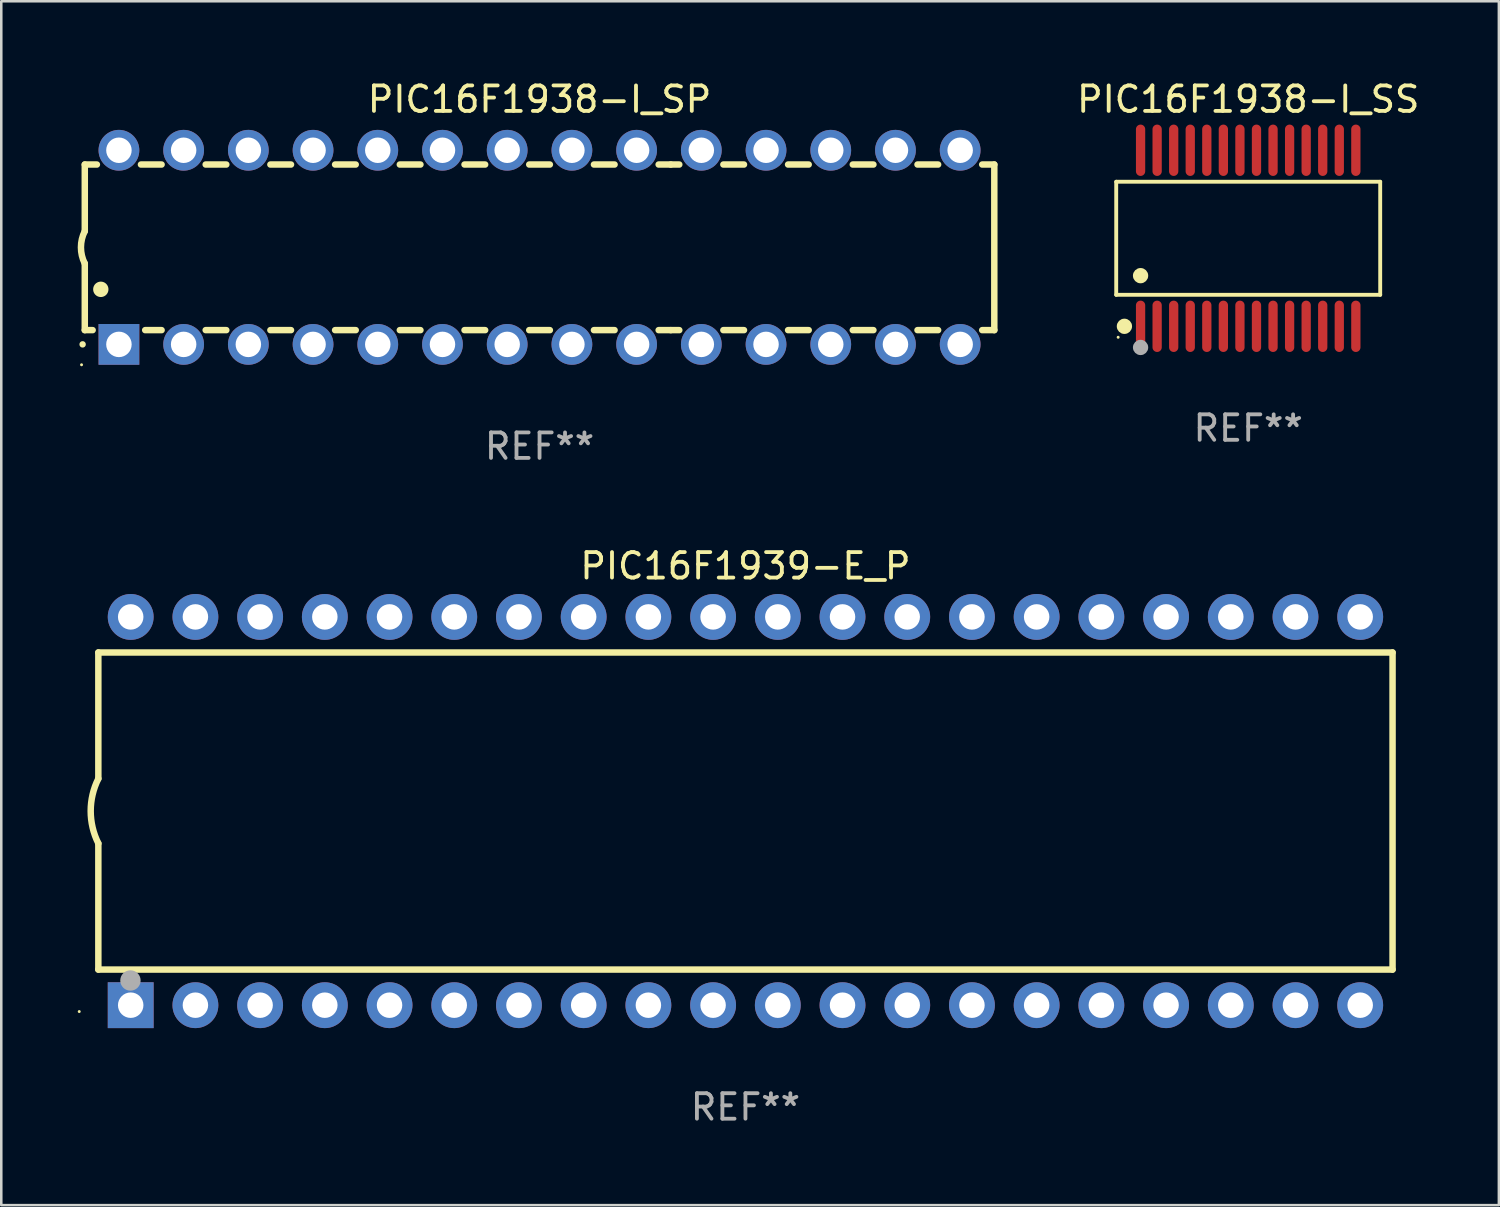
<source format=kicad_pcb>
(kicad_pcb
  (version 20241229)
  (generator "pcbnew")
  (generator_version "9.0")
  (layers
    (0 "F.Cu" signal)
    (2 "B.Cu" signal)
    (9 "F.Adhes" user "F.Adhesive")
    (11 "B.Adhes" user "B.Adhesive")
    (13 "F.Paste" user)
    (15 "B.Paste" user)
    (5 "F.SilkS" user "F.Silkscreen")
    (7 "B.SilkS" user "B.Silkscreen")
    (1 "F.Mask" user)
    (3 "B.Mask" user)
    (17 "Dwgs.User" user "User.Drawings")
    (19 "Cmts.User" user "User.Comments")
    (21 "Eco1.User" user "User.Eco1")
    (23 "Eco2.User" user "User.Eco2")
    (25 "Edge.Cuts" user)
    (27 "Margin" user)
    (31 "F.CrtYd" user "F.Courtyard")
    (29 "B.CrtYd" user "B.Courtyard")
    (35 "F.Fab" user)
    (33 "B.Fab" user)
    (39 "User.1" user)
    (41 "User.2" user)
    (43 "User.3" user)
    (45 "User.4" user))
  (footprint "PIC16F1938-I_SS"
    (layer "F.Cu")
    (at 45.944 6.303)
    (property "Reference" "PIC16F1938-I_SS" (at 0 -5.455 0) (layer "F.SilkS") (effects (font (size 1 1) (thickness 0.15))))
    (attr through_hole)
    (fp_line (start -5.181 -2.219) (end 5.181 -2.219) (stroke (width 0.152) (type solid)) (layer "F.SilkS"))
    (fp_line (start -5.181 2.219) (end -5.181 -2.219) (stroke (width 0.152) (type solid)) (layer "F.SilkS"))
    (fp_line (start 5.181 -2.219) (end 5.181 2.219) (stroke (width 0.152) (type solid)) (layer "F.SilkS"))
    (fp_line (start 5.181 2.219) (end -5.181 2.219) (stroke (width 0.152) (type solid)) (layer "F.SilkS"))
    (fp_circle (center -5.105 3.885) (end -5.075 3.885) (stroke (width 0.06) (type solid)) (fill no) (layer "F.SilkS"))
    (fp_circle (center -4.859 3.455) (end -4.709 3.455) (stroke (width 0.3) (type solid)) (fill no) (layer "F.SilkS"))
    (fp_circle (center -4.225 1.467) (end -4.075 1.467) (stroke (width 0.3) (type solid)) (fill no) (layer "F.SilkS"))
    (fp_circle (center -4.225 4.285) (end -4.075 4.285) (stroke (width 0.3) (type solid)) (fill no) (layer "F.Fab"))
    (fp_text user "REF**" (at 0 7.455 0) (layer "F.Fab") (effects (font (size 1 1) (thickness 0.15))))
    (pad "1" smd oval (at -4.225 3.455) (size 0.364 2.015) (layers "F.Cu" "F.Mask" "F.Paste"))
    (pad "2" smd oval (at -3.575 3.455) (size 0.364 2.015) (layers "F.Cu" "F.Mask" "F.Paste"))
    (pad "3" smd oval (at -2.925 3.455) (size 0.364 2.015) (layers "F.Cu" "F.Mask" "F.Paste"))
    (pad "4" smd oval (at -2.275 3.455) (size 0.364 2.015) (layers "F.Cu" "F.Mask" "F.Paste"))
    (pad "5" smd oval (at -1.625 3.455) (size 0.364 2.015) (layers "F.Cu" "F.Mask" "F.Paste"))
    (pad "6" smd oval (at -0.975 3.455) (size 0.364 2.015) (layers "F.Cu" "F.Mask" "F.Paste"))
    (pad "7" smd oval (at -0.325 3.455) (size 0.364 2.015) (layers "F.Cu" "F.Mask" "F.Paste"))
    (pad "8" smd oval (at 0.325 3.455) (size 0.364 2.015) (layers "F.Cu" "F.Mask" "F.Paste"))
    (pad "9" smd oval (at 0.975 3.455) (size 0.364 2.015) (layers "F.Cu" "F.Mask" "F.Paste"))
    (pad "10" smd oval (at 1.625 3.455) (size 0.364 2.015) (layers "F.Cu" "F.Mask" "F.Paste"))
    (pad "11" smd oval (at 2.275 3.455) (size 0.364 2.015) (layers "F.Cu" "F.Mask" "F.Paste"))
    (pad "12" smd oval (at 2.925 3.455) (size 0.364 2.015) (layers "F.Cu" "F.Mask" "F.Paste"))
    (pad "13" smd oval (at 3.575 3.455) (size 0.364 2.015) (layers "F.Cu" "F.Mask" "F.Paste"))
    (pad "14" smd oval (at 4.225 3.455) (size 0.364 2.015) (layers "F.Cu" "F.Mask" "F.Paste"))
    (pad "15" smd oval (at 4.225 -3.455) (size 0.364 2.015) (layers "F.Cu" "F.Mask" "F.Paste"))
    (pad "16" smd oval (at 3.575 -3.455) (size 0.364 2.015) (layers "F.Cu" "F.Mask" "F.Paste"))
    (pad "17" smd oval (at 2.925 -3.455) (size 0.364 2.015) (layers "F.Cu" "F.Mask" "F.Paste"))
    (pad "18" smd oval (at 2.275 -3.455) (size 0.364 2.015) (layers "F.Cu" "F.Mask" "F.Paste"))
    (pad "19" smd oval (at 1.625 -3.455) (size 0.364 2.015) (layers "F.Cu" "F.Mask" "F.Paste"))
    (pad "20" smd oval (at 0.975 -3.455) (size 0.364 2.015) (layers "F.Cu" "F.Mask" "F.Paste"))
    (pad "21" smd oval (at 0.325 -3.455) (size 0.364 2.015) (layers "F.Cu" "F.Mask" "F.Paste"))
    (pad "22" smd oval (at -0.325 -3.455) (size 0.364 2.015) (layers "F.Cu" "F.Mask" "F.Paste"))
    (pad "23" smd oval (at -0.975 -3.455) (size 0.364 2.015) (layers "F.Cu" "F.Mask" "F.Paste"))
    (pad "24" smd oval (at -1.625 -3.455) (size 0.364 2.015) (layers "F.Cu" "F.Mask" "F.Paste"))
    (pad "25" smd oval (at -2.275 -3.455) (size 0.364 2.015) (layers "F.Cu" "F.Mask" "F.Paste"))
    (pad "26" smd oval (at -2.925 -3.455) (size 0.364 2.015) (layers "F.Cu" "F.Mask" "F.Paste"))
    (pad "27" smd oval (at -3.575 -3.455) (size 0.364 2.015) (layers "F.Cu" "F.Mask" "F.Paste"))
    (pad "28" smd oval (at -4.225 -3.455) (size 0.364 2.015) (layers "F.Cu" "F.Mask" "F.Paste")))
  (footprint "PIC16F1939-E_P"
    (layer "F.Cu")
    (at 26.21 28.785)
    (property "Reference" "PIC16F1939-E_P" (at 0 -9.62 0) (layer "F.SilkS") (effects (font (size 1 1) (thickness 0.15))))
    (attr through_hole)
    (fp_line (start -25.4 -6.224) (end -25.4 -1.271) (stroke (width 0.254) (type solid)) (layer "F.SilkS"))
    (fp_line (start -25.4 -6.224) (end 25.4 -6.224) (stroke (width 0.254) (type solid)) (layer "F.SilkS"))
    (fp_line (start -25.4 1.269) (end -25.4 6.222) (stroke (width 0.254) (type solid)) (layer "F.SilkS"))
    (fp_line (start -25.4 6.222) (end 25.4 6.222) (stroke (width 0.254) (type solid)) (layer "F.SilkS"))
    (fp_line (start 25.4 6.222) (end 25.4 -6.224) (stroke (width 0.254) (type solid)) (layer "F.SilkS"))
    (fp_arc (start -25.4 1.269241) (mid -25.699807 -0.000762) (end -25.4 -1.270765) (stroke (width 0.254001) (type solid)) (layer "F.SilkS"))
    (fp_circle (center -26.15 7.87) (end -26.12 7.87) (stroke (width 0.06) (type solid)) (fill no) (layer "F.SilkS"))
    (fp_circle (center -24.14 6.65) (end -23.94 6.65) (stroke (width 0.4) (type solid)) (fill no) (layer "F.Fab"))
    (fp_text user "REF**" (at 0 11.62 0) (layer "F.Fab") (effects (font (size 1 1) (thickness 0.15))))
    (pad "1" thru_hole rect (at -24.13 7.62 90) (size 1.8 1.8) (drill 1) (layers "*.Cu" "*.Mask"))
    (pad "2" thru_hole circle (at -21.59 7.62) (size 1.8 1.8) (drill 1) (layers "*.Cu" "*.Mask"))
    (pad "3" thru_hole circle (at -19.05 7.62) (size 1.8 1.8) (drill 1) (layers "*.Cu" "*.Mask"))
    (pad "4" thru_hole circle (at -16.51 7.62) (size 1.8 1.8) (drill 1) (layers "*.Cu" "*.Mask"))
    (pad "5" thru_hole circle (at -13.97 7.62) (size 1.8 1.8) (drill 1) (layers "*.Cu" "*.Mask"))
    (pad "6" thru_hole circle (at -11.43 7.62) (size 1.8 1.8) (drill 1) (layers "*.Cu" "*.Mask"))
    (pad "7" thru_hole circle (at -8.89 7.62) (size 1.8 1.8) (drill 1) (layers "*.Cu" "*.Mask"))
    (pad "8" thru_hole circle (at -6.35 7.62) (size 1.8 1.8) (drill 1) (layers "*.Cu" "*.Mask"))
    (pad "9" thru_hole circle (at -3.81 7.62) (size 1.8 1.8) (drill 1) (layers "*.Cu" "*.Mask"))
    (pad "10" thru_hole circle (at -1.27 7.62) (size 1.8 1.8) (drill 1) (layers "*.Cu" "*.Mask"))
    (pad "11" thru_hole circle (at 1.27 7.62) (size 1.8 1.8) (drill 1) (layers "*.Cu" "*.Mask"))
    (pad "12" thru_hole circle (at 3.81 7.62) (size 1.8 1.8) (drill 1) (layers "*.Cu" "*.Mask"))
    (pad "13" thru_hole circle (at 6.35 7.62) (size 1.8 1.8) (drill 1) (layers "*.Cu" "*.Mask"))
    (pad "14" thru_hole circle (at 8.89 7.62) (size 1.8 1.8) (drill 1) (layers "*.Cu" "*.Mask"))
    (pad "15" thru_hole circle (at 11.43 7.62) (size 1.8 1.8) (drill 1) (layers "*.Cu" "*.Mask"))
    (pad "16" thru_hole circle (at 13.97 7.62) (size 1.8 1.8) (drill 1) (layers "*.Cu" "*.Mask"))
    (pad "17" thru_hole circle (at 16.51 7.62) (size 1.8 1.8) (drill 1) (layers "*.Cu" "*.Mask"))
    (pad "18" thru_hole circle (at 19.05 7.62) (size 1.8 1.8) (drill 1) (layers "*.Cu" "*.Mask"))
    (pad "19" thru_hole circle (at 21.59 7.62) (size 1.8 1.8) (drill 1) (layers "*.Cu" "*.Mask"))
    (pad "20" thru_hole circle (at 24.13 7.62) (size 1.8 1.8) (drill 1) (layers "*.Cu" "*.Mask"))
    (pad "21" thru_hole circle (at 24.13 -7.62) (size 1.8 1.8) (drill 1) (layers "*.Cu" "*.Mask"))
    (pad "22" thru_hole circle (at 21.59 -7.62) (size 1.8 1.8) (drill 1) (layers "*.Cu" "*.Mask"))
    (pad "23" thru_hole circle (at 19.05 -7.62) (size 1.8 1.8) (drill 1) (layers "*.Cu" "*.Mask"))
    (pad "24" thru_hole circle (at 16.51 -7.62) (size 1.8 1.8) (drill 1) (layers "*.Cu" "*.Mask"))
    (pad "25" thru_hole circle (at 13.97 -7.62) (size 1.8 1.8) (drill 1) (layers "*.Cu" "*.Mask"))
    (pad "26" thru_hole circle (at 11.43 -7.62) (size 1.8 1.8) (drill 1) (layers "*.Cu" "*.Mask"))
    (pad "27" thru_hole circle (at 8.89 -7.62) (size 1.8 1.8) (drill 1) (layers "*.Cu" "*.Mask"))
    (pad "28" thru_hole circle (at 6.35 -7.62) (size 1.8 1.8) (drill 1) (layers "*.Cu" "*.Mask"))
    (pad "29" thru_hole circle (at 3.81 -7.62) (size 1.8 1.8) (drill 1) (layers "*.Cu" "*.Mask"))
    (pad "30" thru_hole circle (at 1.27 -7.62) (size 1.8 1.8) (drill 1) (layers "*.Cu" "*.Mask"))
    (pad "31" thru_hole circle (at -1.27 -7.62) (size 1.8 1.8) (drill 1) (layers "*.Cu" "*.Mask"))
    (pad "32" thru_hole circle (at -3.81 -7.62) (size 1.8 1.8) (drill 1) (layers "*.Cu" "*.Mask"))
    (pad "33" thru_hole circle (at -6.35 -7.62) (size 1.8 1.8) (drill 1) (layers "*.Cu" "*.Mask"))
    (pad "34" thru_hole circle (at -8.89 -7.62) (size 1.8 1.8) (drill 1) (layers "*.Cu" "*.Mask"))
    (pad "35" thru_hole circle (at -11.43 -7.62) (size 1.8 1.8) (drill 1) (layers "*.Cu" "*.Mask"))
    (pad "36" thru_hole circle (at -13.97 -7.62) (size 1.8 1.8) (drill 1) (layers "*.Cu" "*.Mask"))
    (pad "37" thru_hole circle (at -16.51 -7.62) (size 1.8 1.8) (drill 1) (layers "*.Cu" "*.Mask"))
    (pad "38" thru_hole circle (at -19.05 -7.62) (size 1.8 1.8) (drill 1) (layers "*.Cu" "*.Mask"))
    (pad "39" thru_hole circle (at -21.59 -7.62) (size 1.8 1.8) (drill 1) (layers "*.Cu" "*.Mask"))
    (pad "40" thru_hole circle (at -24.13 -7.62) (size 1.8 1.8) (drill 1) (layers "*.Cu" "*.Mask")))
  (footprint "PIC16F1938-I_SP"
    (layer "F.Cu")
    (at 18.128 6.658)
    (property "Reference" "PIC16F1938-I_SP" (at 0 -5.81 0) (layer "F.SilkS") (effects (font (size 1 1) (thickness 0.15))))
    (attr through_hole)
    (fp_line (start -17.85 -3.25) (end -17.85 -0.635) (stroke (width 0.254) (type solid)) (layer "F.SilkS"))
    (fp_line (start -17.85 3.25) (end -17.85 0.635) (stroke (width 0.254) (type solid)) (layer "F.SilkS"))
    (fp_line (start -17.85 3.25) (end -17.541 3.25) (stroke (width 0.254) (type solid)) (layer "F.SilkS"))
    (fp_line (start -17.375 -3.25) (end -17.85 -3.25) (stroke (width 0.254) (type solid)) (layer "F.SilkS"))
    (fp_line (start -15.479 3.25) (end -14.835 3.25) (stroke (width 0.254) (type solid)) (layer "F.SilkS"))
    (fp_line (start -14.835 -3.25) (end -15.645 -3.25) (stroke (width 0.254) (type solid)) (layer "F.SilkS"))
    (fp_line (start -13.105 3.25) (end -12.295 3.25) (stroke (width 0.254) (type solid)) (layer "F.SilkS"))
    (fp_line (start -12.295 -3.25) (end -13.105 -3.25) (stroke (width 0.254) (type solid)) (layer "F.SilkS"))
    (fp_line (start -10.565 3.25) (end -9.755 3.25) (stroke (width 0.254) (type solid)) (layer "F.SilkS"))
    (fp_line (start -9.755 -3.25) (end -10.565 -3.25) (stroke (width 0.254) (type solid)) (layer "F.SilkS"))
    (fp_line (start -8.025 3.25) (end -7.215 3.25) (stroke (width 0.254) (type solid)) (layer "F.SilkS"))
    (fp_line (start -7.215 -3.25) (end -8.025 -3.25) (stroke (width 0.254) (type solid)) (layer "F.SilkS"))
    (fp_line (start -5.485 3.25) (end -4.675 3.25) (stroke (width 0.254) (type solid)) (layer "F.SilkS"))
    (fp_line (start -4.675 -3.25) (end -5.485 -3.25) (stroke (width 0.254) (type solid)) (layer "F.SilkS"))
    (fp_line (start -2.945 3.25) (end -2.135 3.25) (stroke (width 0.254) (type solid)) (layer "F.SilkS"))
    (fp_line (start -2.135 -3.25) (end -2.945 -3.25) (stroke (width 0.254) (type solid)) (layer "F.SilkS"))
    (fp_line (start -0.405 3.25) (end 0.405 3.25) (stroke (width 0.254) (type solid)) (layer "F.SilkS"))
    (fp_line (start 0.405 -3.25) (end -0.405 -3.25) (stroke (width 0.254) (type solid)) (layer "F.SilkS"))
    (fp_line (start 2.135 3.25) (end 2.945 3.25) (stroke (width 0.254) (type solid)) (layer "F.SilkS"))
    (fp_line (start 2.945 -3.25) (end 2.135 -3.25) (stroke (width 0.254) (type solid)) (layer "F.SilkS"))
    (fp_line (start 4.675 3.25) (end 5.15 3.25) (stroke (width 0.254) (type solid)) (layer "F.SilkS"))
    (fp_line (start 5.15 -3.25) (end 4.675 -3.25) (stroke (width 0.254) (type solid)) (layer "F.SilkS"))
    (fp_line (start 5.15 -3.25) (end 5.485 -3.25) (stroke (width 0.254) (type solid)) (layer "F.SilkS"))
    (fp_line (start 5.15 3.25) (end 5.485 3.25) (stroke (width 0.254) (type solid)) (layer "F.SilkS"))
    (fp_line (start 7.215 -3.25) (end 8.025 -3.25) (stroke (width 0.254) (type solid)) (layer "F.SilkS"))
    (fp_line (start 7.215 3.25) (end 8.025 3.25) (stroke (width 0.254) (type solid)) (layer "F.SilkS"))
    (fp_line (start 9.755 -3.25) (end 10.565 -3.25) (stroke (width 0.254) (type solid)) (layer "F.SilkS"))
    (fp_line (start 9.755 3.25) (end 10.565 3.25) (stroke (width 0.254) (type solid)) (layer "F.SilkS"))
    (fp_line (start 12.295 -3.25) (end 13.105 -3.25) (stroke (width 0.254) (type solid)) (layer "F.SilkS"))
    (fp_line (start 12.295 3.25) (end 13.105 3.25) (stroke (width 0.254) (type solid)) (layer "F.SilkS"))
    (fp_line (start 14.835 -3.25) (end 15.645 -3.25) (stroke (width 0.254) (type solid)) (layer "F.SilkS"))
    (fp_line (start 14.835 3.25) (end 15.645 3.25) (stroke (width 0.254) (type solid)) (layer "F.SilkS"))
    (fp_line (start 17.375 -3.25) (end 17.85 -3.25) (stroke (width 0.254) (type solid)) (layer "F.SilkS"))
    (fp_line (start 17.375 3.25) (end 17.85 3.25) (stroke (width 0.254) (type solid)) (layer "F.SilkS"))
    (fp_line (start 17.85 -3.25) (end 17.85 3.25) (stroke (width 0.254) (type solid)) (layer "F.SilkS"))
    (fp_arc (start -17.934976 3.810008) (mid -17.934983 3.808738) (end -17.934976 3.807468) (stroke (width 0.25) (type solid)) (layer "F.SilkS"))
    (fp_arc (start -17.851155 0.635002) (mid -18.000677 -0.000132) (end -17.850038 -0.635001) (stroke (width 0.254001) (type solid)) (layer "F.SilkS"))
    (fp_arc (start -17.221234 1.651003) (mid -17.221245 1.648463) (end -17.221234 1.645923) (stroke (width 0.6) (type solid)) (layer "F.SilkS"))
    (fp_circle (center -17.977 4.61) (end -17.947 4.61) (stroke (width 0.06) (type solid)) (fill no) (layer "F.SilkS"))
    (fp_text user "REF**" (at 0 7.81 0) (layer "F.Fab") (effects (font (size 1 1) (thickness 0.15))))
    (pad "1" thru_hole rect (at -16.51 3.81 90) (size 1.6 1.6) (drill 1) (layers "*.Cu" "*.Mask"))
    (pad "2" thru_hole circle (at -13.97 3.81 90) (size 1.6 1.6) (drill 1) (layers "*.Cu" "*.Mask"))
    (pad "3" thru_hole circle (at -11.43 3.81 90) (size 1.6 1.6) (drill 1) (layers "*.Cu" "*.Mask"))
    (pad "4" thru_hole circle (at -8.89 3.81 90) (size 1.6 1.6) (drill 1) (layers "*.Cu" "*.Mask"))
    (pad "5" thru_hole circle (at -6.35 3.81 90) (size 1.6 1.6) (drill 1) (layers "*.Cu" "*.Mask"))
    (pad "6" thru_hole circle (at -3.81 3.81 90) (size 1.6 1.6) (drill 1) (layers "*.Cu" "*.Mask"))
    (pad "7" thru_hole circle (at -1.27 3.81 90) (size 1.6 1.6) (drill 1) (layers "*.Cu" "*.Mask"))
    (pad "8" thru_hole circle (at 1.27 3.81 90) (size 1.6 1.6) (drill 1) (layers "*.Cu" "*.Mask"))
    (pad "9" thru_hole circle (at 3.81 3.81 90) (size 1.6 1.6) (drill 1) (layers "*.Cu" "*.Mask"))
    (pad "10" thru_hole circle (at 6.35 3.81 90) (size 1.6 1.6) (drill 1) (layers "*.Cu" "*.Mask"))
    (pad "11" thru_hole circle (at 8.89 3.81 90) (size 1.6 1.6) (drill 1) (layers "*.Cu" "*.Mask"))
    (pad "12" thru_hole circle (at 11.43 3.81 90) (size 1.6 1.6) (drill 1) (layers "*.Cu" "*.Mask"))
    (pad "13" thru_hole circle (at 13.97 3.81 90) (size 1.6 1.6) (drill 1) (layers "*.Cu" "*.Mask"))
    (pad "14" thru_hole circle (at 16.51 3.81 90) (size 1.6 1.6) (drill 1) (layers "*.Cu" "*.Mask"))
    (pad "15" thru_hole circle (at 16.51 -3.81 90) (size 1.6 1.6) (drill 1) (layers "*.Cu" "*.Mask"))
    (pad "16" thru_hole circle (at 13.97 -3.81 90) (size 1.6 1.6) (drill 1) (layers "*.Cu" "*.Mask"))
    (pad "17" thru_hole circle (at 11.43 -3.81 90) (size 1.6 1.6) (drill 1) (layers "*.Cu" "*.Mask"))
    (pad "18" thru_hole circle (at 8.89 -3.81 90) (size 1.6 1.6) (drill 1) (layers "*.Cu" "*.Mask"))
    (pad "19" thru_hole circle (at 6.35 -3.81 90) (size 1.6 1.6) (drill 1) (layers "*.Cu" "*.Mask"))
    (pad "20" thru_hole circle (at 3.81 -3.81 90) (size 1.6 1.6) (drill 1) (layers "*.Cu" "*.Mask"))
    (pad "21" thru_hole circle (at 1.27 -3.81 90) (size 1.6 1.6) (drill 1) (layers "*.Cu" "*.Mask"))
    (pad "22" thru_hole circle (at -1.27 -3.81 90) (size 1.6 1.6) (drill 1) (layers "*.Cu" "*.Mask"))
    (pad "23" thru_hole circle (at -3.81 -3.81 90) (size 1.6 1.6) (drill 1) (layers "*.Cu" "*.Mask"))
    (pad "24" thru_hole circle (at -6.35 -3.81 90) (size 1.6 1.6) (drill 1) (layers "*.Cu" "*.Mask"))
    (pad "25" thru_hole circle (at -8.89 -3.81 90) (size 1.6 1.6) (drill 1) (layers "*.Cu" "*.Mask"))
    (pad "26" thru_hole circle (at -11.43 -3.81 90) (size 1.6 1.6) (drill 1) (layers "*.Cu" "*.Mask"))
    (pad "27" thru_hole circle (at -13.97 -3.81 90) (size 1.6 1.6) (drill 1) (layers "*.Cu" "*.Mask"))
    (pad "28" thru_hole circle (at -16.51 -3.81 90) (size 1.6 1.6) (drill 1) (layers "*.Cu" "*.Mask")))
  (gr_rect
    (start -3 -3)
    (end 55.783 44.253)
    (stroke (width 0.1) (type default))
    (fill no)
    (layer "Edge.Cuts")))
</source>
